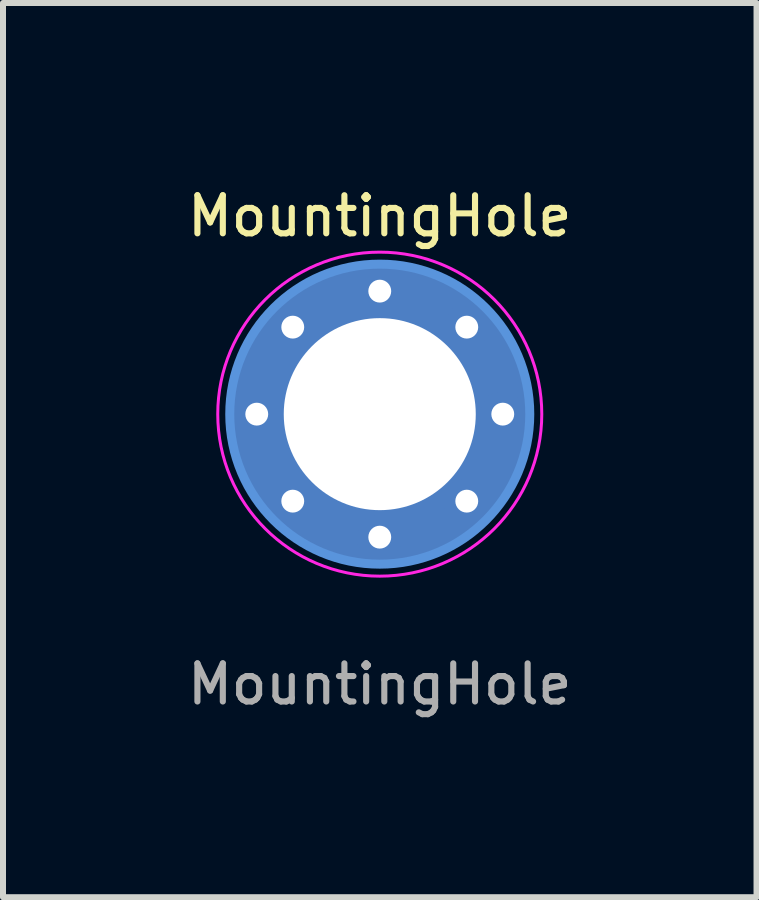
<source format=kicad_pcb>
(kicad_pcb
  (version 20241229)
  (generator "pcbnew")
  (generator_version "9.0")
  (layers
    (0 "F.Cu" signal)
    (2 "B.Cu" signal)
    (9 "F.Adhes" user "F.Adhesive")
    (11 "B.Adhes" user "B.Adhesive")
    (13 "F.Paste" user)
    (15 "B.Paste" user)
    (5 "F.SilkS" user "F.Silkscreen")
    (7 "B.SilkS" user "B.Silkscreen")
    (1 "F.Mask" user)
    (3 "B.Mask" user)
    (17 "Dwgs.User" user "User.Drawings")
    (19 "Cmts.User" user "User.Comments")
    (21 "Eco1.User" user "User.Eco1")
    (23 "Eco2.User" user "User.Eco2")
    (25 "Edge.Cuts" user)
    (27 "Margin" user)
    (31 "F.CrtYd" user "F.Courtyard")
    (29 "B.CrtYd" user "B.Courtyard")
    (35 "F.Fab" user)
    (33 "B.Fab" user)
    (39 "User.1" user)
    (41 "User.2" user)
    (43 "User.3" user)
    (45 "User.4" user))
  (footprint "MountingHole"
    (layer "F.Cu")
    (at 3.279 3.852)
    (property "Reference" "MountingHole" (at 0 -3.302 0) (layer "F.SilkS") (effects (font (size 0.635 0.635) (thickness 0.102))))
    (attr exclude_from_pos_files exclude_from_bom)
    (fp_circle (center 0 0) (end 2.5 0) (stroke (width 0.15) (type solid)) (fill no) (layer "Cmts.User"))
    (fp_circle (center 0 0) (end 2.7 0) (stroke (width 0.05) (type solid)) (fill no) (layer "F.CrtYd"))
    (fp_text user "${REFERENCE}" (at 0 4.5 0) (layer "F.Fab") (effects (font (size 0.635 0.635) (thickness 0.102))))
    (pad "1" thru_hole circle (at -2.05 0) (size 0.762 0.762) (drill 0.381) (layers "*.Cu" "*.Mask"))
    (pad "1" thru_hole circle (at -1.45 -1.45) (size 0.762 0.762) (drill 0.381) (layers "*.Cu" "*.Mask"))
    (pad "1" thru_hole circle (at -1.45 1.45) (size 0.762 0.762) (drill 0.381) (layers "*.Cu" "*.Mask"))
    (pad "1" thru_hole circle (at 0 -2.05) (size 0.762 0.762) (drill 0.381) (layers "*.Cu" "*.Mask"))
    (pad "1" thru_hole circle (at 0 0) (size 5 5) (drill 3.2) (layers "*.Cu" "*.Mask"))
    (pad "1" thru_hole circle (at 0 2.05) (size 0.762 0.762) (drill 0.381) (layers "*.Cu" "*.Mask"))
    (pad "1" thru_hole circle (at 1.45 -1.45) (size 0.762 0.762) (drill 0.381) (layers "*.Cu" "*.Mask"))
    (pad "1" thru_hole circle (at 1.45 1.45) (size 0.762 0.762) (drill 0.381) (layers "*.Cu" "*.Mask"))
    (pad "1" thru_hole circle (at 2.05 0) (size 0.762 0.762) (drill 0.381) (layers "*.Cu" "*.Mask")))
  (gr_rect
    (start -3 -3)
    (end 9.558 11.902)
    (stroke (width 0.1) (type default))
    (fill no)
    (layer "Edge.Cuts")))
</source>
